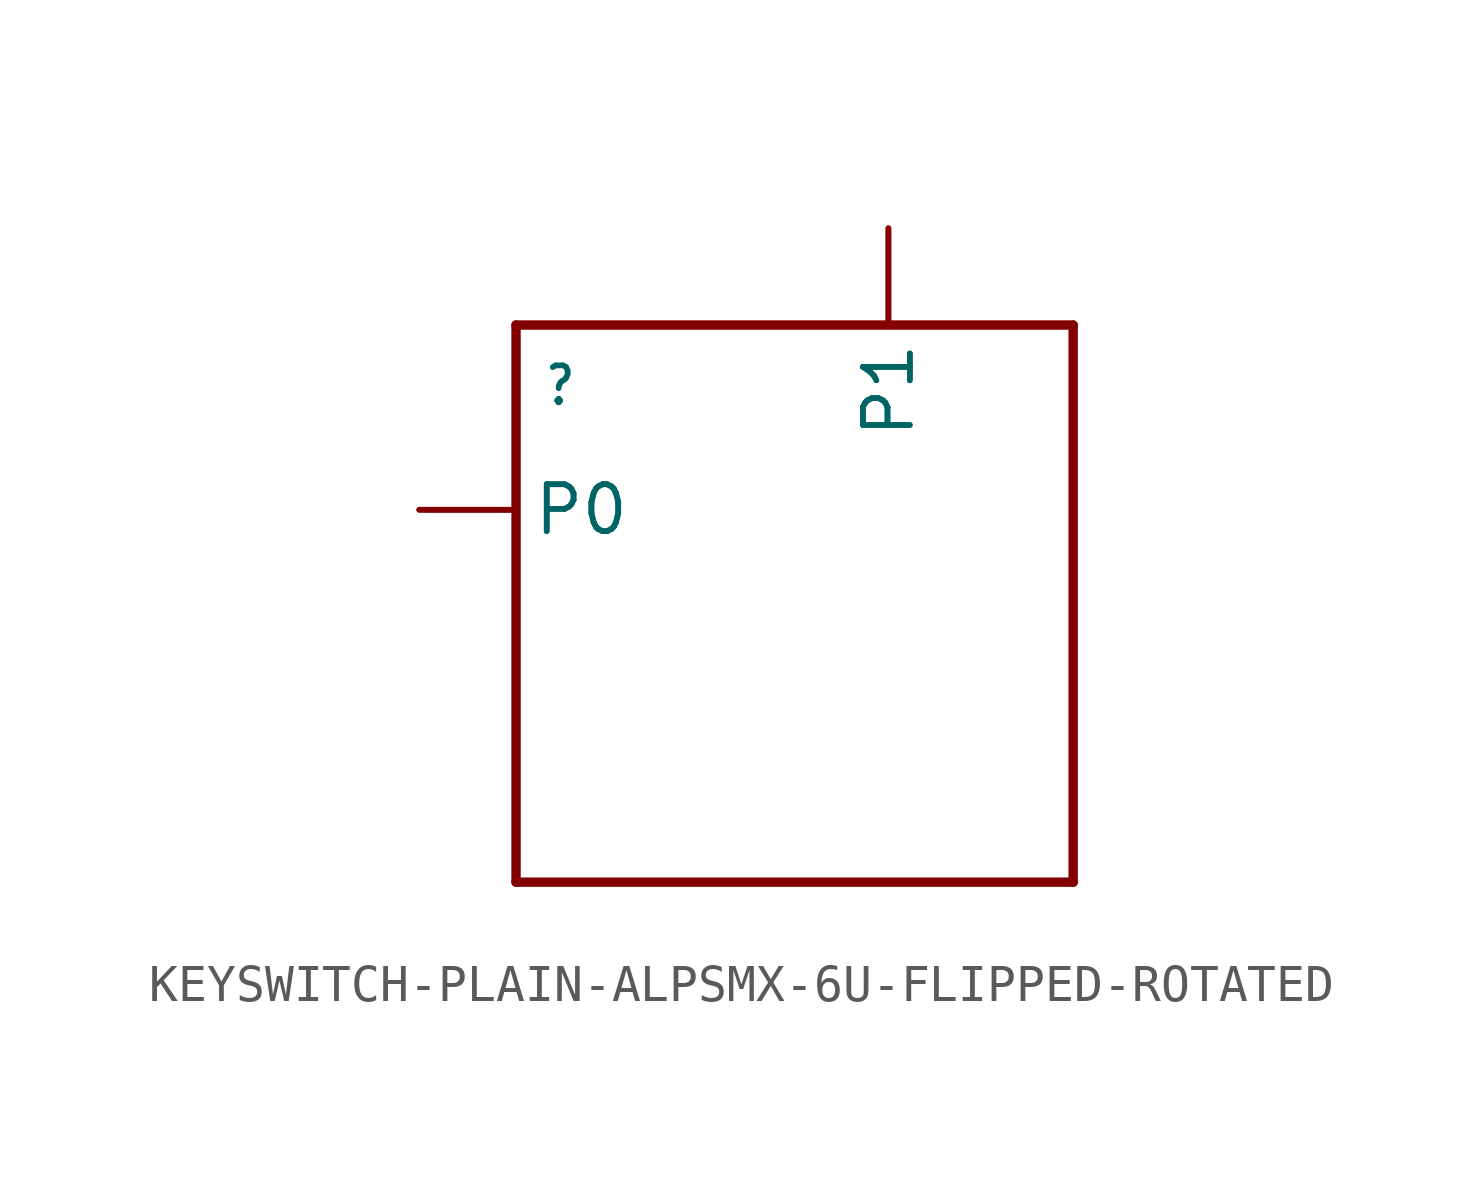
<source format=kicad_sym>
(kicad_symbol_lib
  (version 20211014)
  (generator kicad_symbol_editor)
  (symbol "KEYSWITCH-PLAIN-ALPSMX-6U-FLIPPED-ROTATED"
    (property "Reference" ""
      (at -6.81 5.318 0)
      (effects (font (size 1 0.85)) (justify left bottom)))
    (property "ki_locked" ""
      (at 0 0 0)
      (effects (font (size 1.27 1.27))))
    (symbol "KEYSWITCH-PLAIN-ALPSMX-6U-FLIPPED-ROTATED_1_0"
      (polyline (pts (xy -7.54 -7.54) (xy -7.54 7.54)) (stroke (width 0.254) (type default) (color 0 0 0 0)) (fill (type none)))
      (polyline (pts (xy -7.54 7.54) (xy 7.54 7.54)) (stroke (width 0.254) (type default) (color 0 0 0 0)) (fill (type none)))
      (polyline (pts (xy 7.54 -7.54) (xy -7.54 -7.54)) (stroke (width 0.254) (type default) (color 0 0 0 0)) (fill (type none)))
      (polyline (pts (xy 7.54 7.54) (xy 7.54 -7.54)) (stroke (width 0.254) (type default) (color 0 0 0 0)) (fill (type none)))
      (pin bidirectional line (at -10.16 2.54 0) (length 2.54) (name "P0" (effects (font (size 1.27 1.27)))) (number "ALPS1" (effects (font (size 0 0)))))
      (pin bidirectional line (at 2.54 10.16 270) (length 2.54) (name "P1" (effects (font (size 1.27 1.27)))) (number "ALPS2" (effects (font (size 0 0)))))
      (pin bidirectional line (at -10.16 2.54 0) (length 2.54) (name "P0" (effects (font (size 1.27 1.27)))) (number "MX1" (effects (font (size 0 0)))))
      (pin bidirectional line (at 2.54 10.16 270) (length 2.54) (name "P1" (effects (font (size 1.27 1.27)))) (number "MX2" (effects (font (size 0 0))))))))
</source>
